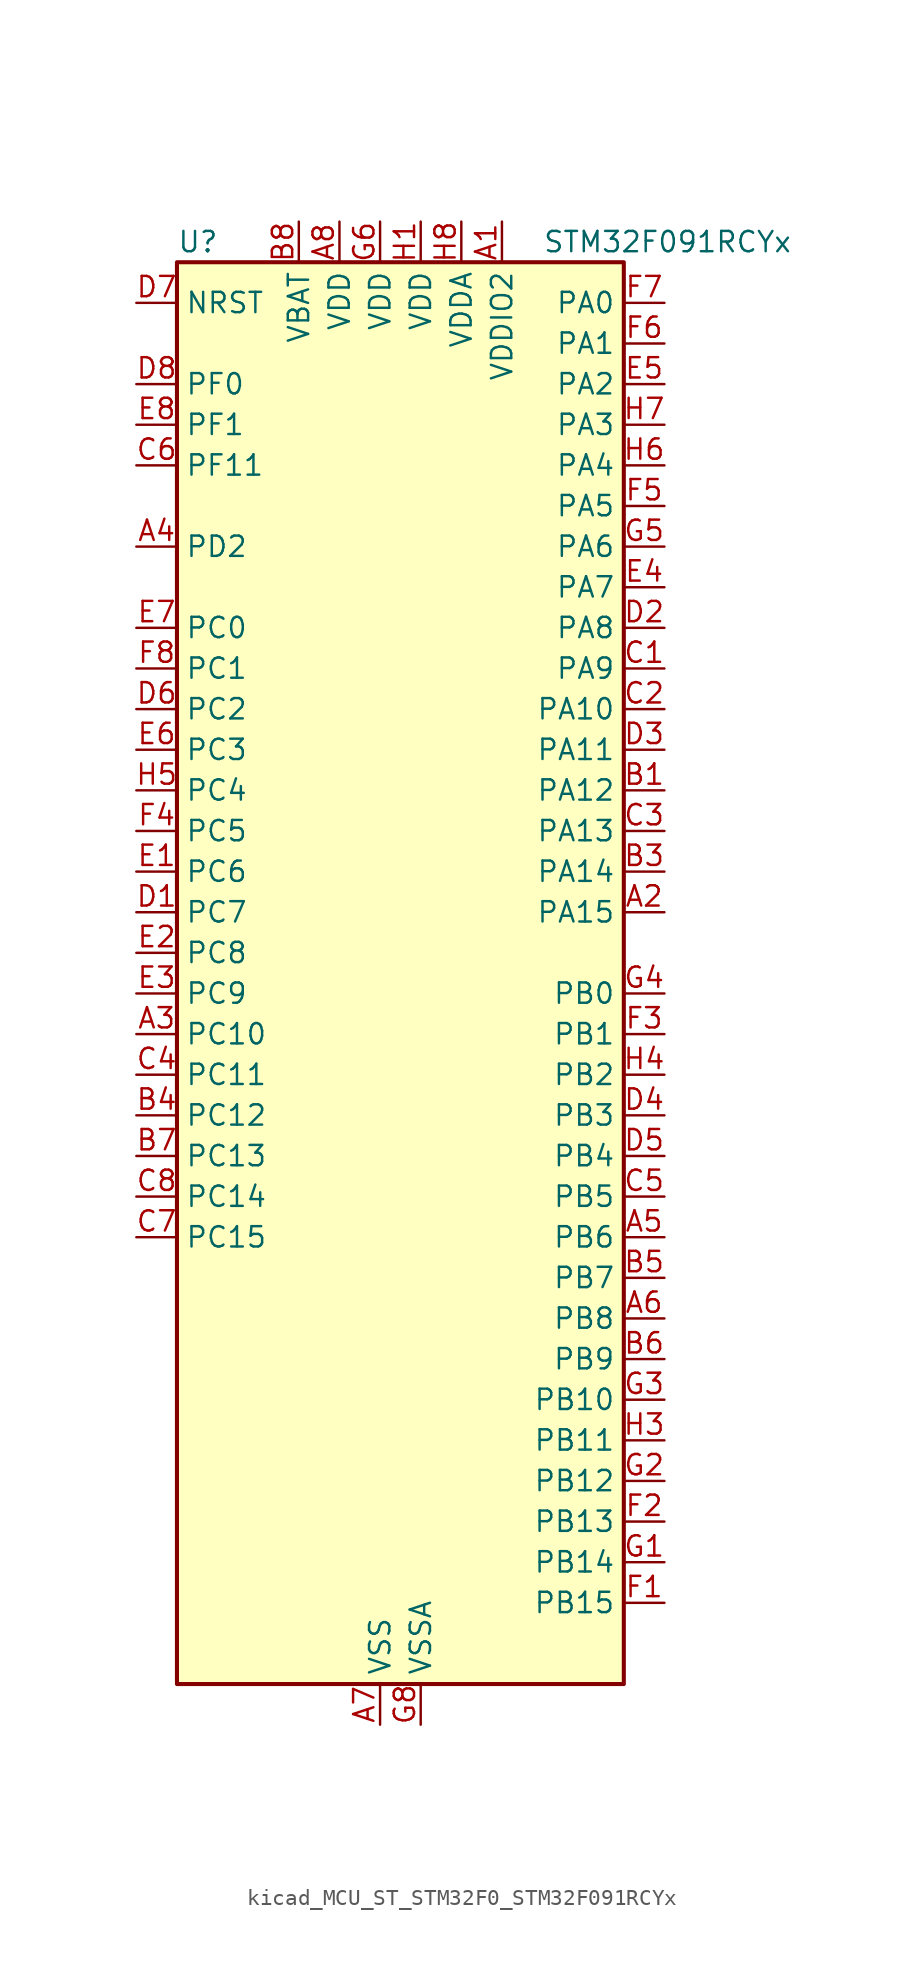
<source format=kicad_sym>
(kicad_symbol_lib
  (version 20220914)
  (generator kicad_symbol_editor)
  (symbol "kicad_MCU_ST_STM32F0_STM32F091RCYx"
    (property "Reference" "U"
      (at -12.7 46.99 0)
      (effects (font (size 1.27 1.27)) (justify left)))
    (property "Value" "STM32F091RCYx"
      (at 10.16 46.99 0)
      (effects (font (size 1.27 1.27)) (justify left)))
    (property "ki_locked" ""
      (at 0 0 0)
      (effects (font (size 1.27 1.27))))
    (symbol "kicad_MCU_ST_STM32F0_STM32F091RCYx_0_1"
      (rectangle (start -12.7 -43.18) (end 15.24 45.72) (stroke (width 0.254) (type default)) (fill (type background))))
    (symbol "kicad_MCU_ST_STM32F0_STM32F091RCYx_1_1"
      (pin power_in line (at 7.62 48.26 270) (length 2.54) (name "VDDIO2" (effects (font (size 1.27 1.27)))) (number "A1" (effects (font (size 1.27 1.27)))))
      (pin bidirectional line (at 17.78 5.08 180) (length 2.54) (name "PA15" (effects (font (size 1.27 1.27)))) (number "A2" (effects (font (size 1.27 1.27)))) (alternate "I2S1_WS" bidirectional line) (alternate "SPI1_NSS" bidirectional line) (alternate "TIM2_CH1" bidirectional line) (alternate "TIM2_ETR" bidirectional line) (alternate "USART2_RX" bidirectional line) (alternate "USART4_DE" bidirectional line) (alternate "USART4_RTS" bidirectional line))
      (pin bidirectional line (at -15.24 -2.54 0) (length 2.54) (name "PC10" (effects (font (size 1.27 1.27)))) (number "A3" (effects (font (size 1.27 1.27)))) (alternate "USART3_TX" bidirectional line) (alternate "USART4_TX" bidirectional line))
      (pin bidirectional line (at -15.24 27.94 0) (length 2.54) (name "PD2" (effects (font (size 1.27 1.27)))) (number "A4" (effects (font (size 1.27 1.27)))) (alternate "TIM3_ETR" bidirectional line) (alternate "USART3_DE" bidirectional line) (alternate "USART3_RTS" bidirectional line) (alternate "USART5_RX" bidirectional line))
      (pin bidirectional line (at 17.78 -15.24 180) (length 2.54) (name "PB6" (effects (font (size 1.27 1.27)))) (number "A5" (effects (font (size 1.27 1.27)))) (alternate "I2C1_SCL" bidirectional line) (alternate "TIM16_CH1N" bidirectional line) (alternate "TSC_G5_IO3" bidirectional line) (alternate "USART1_TX" bidirectional line))
      (pin bidirectional line (at 17.78 -20.32 180) (length 2.54) (name "PB8" (effects (font (size 1.27 1.27)))) (number "A6" (effects (font (size 1.27 1.27)))) (alternate "CAN_RX" bidirectional line) (alternate "CEC" bidirectional line) (alternate "I2C1_SCL" bidirectional line) (alternate "TIM16_CH1" bidirectional line) (alternate "TSC_SYNC" bidirectional line))
      (pin power_in line (at 0 -45.72 90) (length 2.54) (name "VSS" (effects (font (size 1.27 1.27)))) (number "A7" (effects (font (size 1.27 1.27)))))
      (pin power_in line (at -2.54 48.26 270) (length 2.54) (name "VDD" (effects (font (size 1.27 1.27)))) (number "A8" (effects (font (size 1.27 1.27)))))
      (pin bidirectional line (at 17.78 12.7 180) (length 2.54) (name "PA12" (effects (font (size 1.27 1.27)))) (number "B1" (effects (font (size 1.27 1.27)))) (alternate "CAN_TX" bidirectional line) (alternate "COMP2_OUT" bidirectional line) (alternate "I2C2_SDA" bidirectional line) (alternate "TIM1_ETR" bidirectional line) (alternate "TSC_G4_IO4" bidirectional line) (alternate "USART1_DE" bidirectional line) (alternate "USART1_RTS" bidirectional line))
      (pin passive line (at 0 -45.72 90) (length 2.54) hide (name "VSS" (effects (font (size 1.27 1.27)))) (number "B2" (effects (font (size 1.27 1.27)))))
      (pin bidirectional line (at 17.78 7.62 180) (length 2.54) (name "PA14" (effects (font (size 1.27 1.27)))) (number "B3" (effects (font (size 1.27 1.27)))) (alternate "SYS_SWCLK" bidirectional line) (alternate "USART2_TX" bidirectional line))
      (pin bidirectional line (at -15.24 -7.62 0) (length 2.54) (name "PC12" (effects (font (size 1.27 1.27)))) (number "B4" (effects (font (size 1.27 1.27)))) (alternate "USART3_CK" bidirectional line) (alternate "USART4_CK" bidirectional line) (alternate "USART5_TX" bidirectional line))
      (pin bidirectional line (at 17.78 -17.78 180) (length 2.54) (name "PB7" (effects (font (size 1.27 1.27)))) (number "B5" (effects (font (size 1.27 1.27)))) (alternate "I2C1_SDA" bidirectional line) (alternate "TIM17_CH1N" bidirectional line) (alternate "TSC_G5_IO4" bidirectional line) (alternate "USART1_RX" bidirectional line) (alternate "USART4_CTS" bidirectional line))
      (pin bidirectional line (at 17.78 -22.86 180) (length 2.54) (name "PB9" (effects (font (size 1.27 1.27)))) (number "B6" (effects (font (size 1.27 1.27)))) (alternate "CAN_TX" bidirectional line) (alternate "DAC_EXTI9" bidirectional line) (alternate "I2C1_SDA" bidirectional line) (alternate "I2S2_WS" bidirectional line) (alternate "IR_OUT" bidirectional line) (alternate "SPI2_NSS" bidirectional line) (alternate "TIM17_CH1" bidirectional line))
      (pin bidirectional line (at -15.24 -10.16 0) (length 2.54) (name "PC13" (effects (font (size 1.27 1.27)))) (number "B7" (effects (font (size 1.27 1.27)))) (alternate "RTC_OUT_ALARM" bidirectional line) (alternate "RTC_OUT_CALIB" bidirectional line) (alternate "RTC_TAMP1" bidirectional line) (alternate "RTC_TS" bidirectional line) (alternate "SYS_WKUP2" bidirectional line))
      (pin power_in line (at -5.08 48.26 270) (length 2.54) (name "VBAT" (effects (font (size 1.27 1.27)))) (number "B8" (effects (font (size 1.27 1.27)))))
      (pin bidirectional line (at 17.78 20.32 180) (length 2.54) (name "PA9" (effects (font (size 1.27 1.27)))) (number "C1" (effects (font (size 1.27 1.27)))) (alternate "DAC_EXTI9" bidirectional line) (alternate "I2C1_SCL" bidirectional line) (alternate "RCC_MCO" bidirectional line) (alternate "TIM15_BKIN" bidirectional line) (alternate "TIM1_CH2" bidirectional line) (alternate "TSC_G4_IO1" bidirectional line) (alternate "USART1_TX" bidirectional line))
      (pin bidirectional line (at 17.78 17.78 180) (length 2.54) (name "PA10" (effects (font (size 1.27 1.27)))) (number "C2" (effects (font (size 1.27 1.27)))) (alternate "I2C1_SDA" bidirectional line) (alternate "TIM17_BKIN" bidirectional line) (alternate "TIM1_CH3" bidirectional line) (alternate "TSC_G4_IO2" bidirectional line) (alternate "USART1_RX" bidirectional line))
      (pin bidirectional line (at 17.78 10.16 180) (length 2.54) (name "PA13" (effects (font (size 1.27 1.27)))) (number "C3" (effects (font (size 1.27 1.27)))) (alternate "IR_OUT" bidirectional line) (alternate "SYS_SWDIO" bidirectional line))
      (pin bidirectional line (at -15.24 -5.08 0) (length 2.54) (name "PC11" (effects (font (size 1.27 1.27)))) (number "C4" (effects (font (size 1.27 1.27)))) (alternate "USART3_RX" bidirectional line) (alternate "USART4_RX" bidirectional line))
      (pin bidirectional line (at 17.78 -12.7 180) (length 2.54) (name "PB5" (effects (font (size 1.27 1.27)))) (number "C5" (effects (font (size 1.27 1.27)))) (alternate "I2C1_SMBA" bidirectional line) (alternate "I2S1_SD" bidirectional line) (alternate "SPI1_MOSI" bidirectional line) (alternate "SYS_WKUP6" bidirectional line) (alternate "TIM16_BKIN" bidirectional line) (alternate "TIM3_CH2" bidirectional line) (alternate "USART5_CK" bidirectional line) (alternate "USART5_DE" bidirectional line) (alternate "USART5_RTS" bidirectional line))
      (pin bidirectional line (at -15.24 33.02 0) (length 2.54) (name "PF11" (effects (font (size 1.27 1.27)))) (number "C6" (effects (font (size 1.27 1.27)))))
      (pin bidirectional line (at -15.24 -15.24 0) (length 2.54) (name "PC15" (effects (font (size 1.27 1.27)))) (number "C7" (effects (font (size 1.27 1.27)))) (alternate "RCC_OSC32_OUT" bidirectional line))
      (pin bidirectional line (at -15.24 -12.7 0) (length 2.54) (name "PC14" (effects (font (size 1.27 1.27)))) (number "C8" (effects (font (size 1.27 1.27)))) (alternate "RCC_OSC32_IN" bidirectional line))
      (pin bidirectional line (at -15.24 5.08 0) (length 2.54) (name "PC7" (effects (font (size 1.27 1.27)))) (number "D1" (effects (font (size 1.27 1.27)))) (alternate "TIM3_CH2" bidirectional line) (alternate "USART7_RX" bidirectional line))
      (pin bidirectional line (at 17.78 22.86 180) (length 2.54) (name "PA8" (effects (font (size 1.27 1.27)))) (number "D2" (effects (font (size 1.27 1.27)))) (alternate "CRS_SYNC" bidirectional line) (alternate "RCC_MCO" bidirectional line) (alternate "TIM1_CH1" bidirectional line) (alternate "USART1_CK" bidirectional line))
      (pin bidirectional line (at 17.78 15.24 180) (length 2.54) (name "PA11" (effects (font (size 1.27 1.27)))) (number "D3" (effects (font (size 1.27 1.27)))) (alternate "CAN_RX" bidirectional line) (alternate "COMP1_OUT" bidirectional line) (alternate "I2C2_SCL" bidirectional line) (alternate "TIM1_CH4" bidirectional line) (alternate "TSC_G4_IO3" bidirectional line) (alternate "USART1_CTS" bidirectional line))
      (pin bidirectional line (at 17.78 -7.62 180) (length 2.54) (name "PB3" (effects (font (size 1.27 1.27)))) (number "D4" (effects (font (size 1.27 1.27)))) (alternate "I2S1_CK" bidirectional line) (alternate "SPI1_SCK" bidirectional line) (alternate "TIM2_CH2" bidirectional line) (alternate "TSC_G5_IO1" bidirectional line) (alternate "USART5_TX" bidirectional line))
      (pin bidirectional line (at 17.78 -10.16 180) (length 2.54) (name "PB4" (effects (font (size 1.27 1.27)))) (number "D5" (effects (font (size 1.27 1.27)))) (alternate "I2S1_MCK" bidirectional line) (alternate "SPI1_MISO" bidirectional line) (alternate "TIM17_BKIN" bidirectional line) (alternate "TIM3_CH1" bidirectional line) (alternate "TSC_G5_IO2" bidirectional line) (alternate "USART5_RX" bidirectional line))
      (pin bidirectional line (at -15.24 17.78 0) (length 2.54) (name "PC2" (effects (font (size 1.27 1.27)))) (number "D6" (effects (font (size 1.27 1.27)))) (alternate "ADC_IN12" bidirectional line) (alternate "I2S2_MCK" bidirectional line) (alternate "SPI2_MISO" bidirectional line) (alternate "USART8_TX" bidirectional line))
      (pin input line (at -15.24 43.18 0) (length 2.54) (name "NRST" (effects (font (size 1.27 1.27)))) (number "D7" (effects (font (size 1.27 1.27)))))
      (pin bidirectional line (at -15.24 38.1 0) (length 2.54) (name "PF0" (effects (font (size 1.27 1.27)))) (number "D8" (effects (font (size 1.27 1.27)))) (alternate "CRS_SYNC" bidirectional line) (alternate "I2C1_SDA" bidirectional line) (alternate "RCC_OSC_IN" bidirectional line))
      (pin bidirectional line (at -15.24 7.62 0) (length 2.54) (name "PC6" (effects (font (size 1.27 1.27)))) (number "E1" (effects (font (size 1.27 1.27)))) (alternate "TIM3_CH1" bidirectional line) (alternate "USART7_TX" bidirectional line))
      (pin bidirectional line (at -15.24 2.54 0) (length 2.54) (name "PC8" (effects (font (size 1.27 1.27)))) (number "E2" (effects (font (size 1.27 1.27)))) (alternate "TIM3_CH3" bidirectional line) (alternate "USART8_TX" bidirectional line))
      (pin bidirectional line (at -15.24 0 0) (length 2.54) (name "PC9" (effects (font (size 1.27 1.27)))) (number "E3" (effects (font (size 1.27 1.27)))) (alternate "DAC_EXTI9" bidirectional line) (alternate "TIM3_CH4" bidirectional line) (alternate "USART8_RX" bidirectional line))
      (pin bidirectional line (at 17.78 25.4 180) (length 2.54) (name "PA7" (effects (font (size 1.27 1.27)))) (number "E4" (effects (font (size 1.27 1.27)))) (alternate "ADC_IN7" bidirectional line) (alternate "COMP2_OUT" bidirectional line) (alternate "I2S1_SD" bidirectional line) (alternate "SPI1_MOSI" bidirectional line) (alternate "TIM14_CH1" bidirectional line) (alternate "TIM17_CH1" bidirectional line) (alternate "TIM1_CH1N" bidirectional line) (alternate "TIM3_CH2" bidirectional line) (alternate "TSC_G2_IO4" bidirectional line))
      (pin bidirectional line (at 17.78 38.1 180) (length 2.54) (name "PA2" (effects (font (size 1.27 1.27)))) (number "E5" (effects (font (size 1.27 1.27)))) (alternate "ADC_IN2" bidirectional line) (alternate "COMP2_INM" bidirectional line) (alternate "COMP2_OUT" bidirectional line) (alternate "SYS_WKUP4" bidirectional line) (alternate "TIM15_CH1" bidirectional line) (alternate "TIM2_CH3" bidirectional line) (alternate "TSC_G1_IO3" bidirectional line) (alternate "USART2_TX" bidirectional line))
      (pin bidirectional line (at -15.24 15.24 0) (length 2.54) (name "PC3" (effects (font (size 1.27 1.27)))) (number "E6" (effects (font (size 1.27 1.27)))) (alternate "ADC_IN13" bidirectional line) (alternate "I2S2_SD" bidirectional line) (alternate "SPI2_MOSI" bidirectional line) (alternate "USART8_RX" bidirectional line))
      (pin bidirectional line (at -15.24 22.86 0) (length 2.54) (name "PC0" (effects (font (size 1.27 1.27)))) (number "E7" (effects (font (size 1.27 1.27)))) (alternate "ADC_IN10" bidirectional line) (alternate "USART6_TX" bidirectional line) (alternate "USART7_TX" bidirectional line))
      (pin bidirectional line (at -15.24 35.56 0) (length 2.54) (name "PF1" (effects (font (size 1.27 1.27)))) (number "E8" (effects (font (size 1.27 1.27)))) (alternate "I2C1_SCL" bidirectional line) (alternate "RCC_OSC_OUT" bidirectional line))
      (pin bidirectional line (at 17.78 -38.1 180) (length 2.54) (name "PB15" (effects (font (size 1.27 1.27)))) (number "F1" (effects (font (size 1.27 1.27)))) (alternate "I2S2_SD" bidirectional line) (alternate "RTC_REFIN" bidirectional line) (alternate "SPI2_MOSI" bidirectional line) (alternate "SYS_WKUP7" bidirectional line) (alternate "TIM15_CH1N" bidirectional line) (alternate "TIM15_CH2" bidirectional line) (alternate "TIM1_CH3N" bidirectional line))
      (pin bidirectional line (at 17.78 -33.02 180) (length 2.54) (name "PB13" (effects (font (size 1.27 1.27)))) (number "F2" (effects (font (size 1.27 1.27)))) (alternate "I2C2_SCL" bidirectional line) (alternate "I2S2_CK" bidirectional line) (alternate "SPI2_SCK" bidirectional line) (alternate "TIM1_CH1N" bidirectional line) (alternate "TSC_G6_IO3" bidirectional line) (alternate "USART3_CTS" bidirectional line))
      (pin bidirectional line (at 17.78 -2.54 180) (length 2.54) (name "PB1" (effects (font (size 1.27 1.27)))) (number "F3" (effects (font (size 1.27 1.27)))) (alternate "ADC_IN9" bidirectional line) (alternate "TIM14_CH1" bidirectional line) (alternate "TIM1_CH3N" bidirectional line) (alternate "TIM3_CH4" bidirectional line) (alternate "TSC_G3_IO3" bidirectional line) (alternate "USART3_DE" bidirectional line) (alternate "USART3_RTS" bidirectional line))
      (pin bidirectional line (at -15.24 10.16 0) (length 2.54) (name "PC5" (effects (font (size 1.27 1.27)))) (number "F4" (effects (font (size 1.27 1.27)))) (alternate "ADC_IN15" bidirectional line) (alternate "SYS_WKUP5" bidirectional line) (alternate "TSC_G3_IO1" bidirectional line) (alternate "USART3_RX" bidirectional line))
      (pin bidirectional line (at 17.78 30.48 180) (length 2.54) (name "PA5" (effects (font (size 1.27 1.27)))) (number "F5" (effects (font (size 1.27 1.27)))) (alternate "ADC_IN5" bidirectional line) (alternate "CEC" bidirectional line) (alternate "COMP1_INM" bidirectional line) (alternate "COMP2_INM" bidirectional line) (alternate "DAC_OUT2" bidirectional line) (alternate "I2S1_CK" bidirectional line) (alternate "SPI1_SCK" bidirectional line) (alternate "TIM2_CH1" bidirectional line) (alternate "TIM2_ETR" bidirectional line) (alternate "TSC_G2_IO2" bidirectional line) (alternate "USART6_RX" bidirectional line))
      (pin bidirectional line (at 17.78 40.64 180) (length 2.54) (name "PA1" (effects (font (size 1.27 1.27)))) (number "F6" (effects (font (size 1.27 1.27)))) (alternate "ADC_IN1" bidirectional line) (alternate "COMP1_INP" bidirectional line) (alternate "TIM15_CH1N" bidirectional line) (alternate "TIM2_CH2" bidirectional line) (alternate "TSC_G1_IO2" bidirectional line) (alternate "USART2_DE" bidirectional line) (alternate "USART2_RTS" bidirectional line) (alternate "USART4_RX" bidirectional line))
      (pin bidirectional line (at 17.78 43.18 180) (length 2.54) (name "PA0" (effects (font (size 1.27 1.27)))) (number "F7" (effects (font (size 1.27 1.27)))) (alternate "ADC_IN0" bidirectional line) (alternate "COMP1_INM" bidirectional line) (alternate "COMP1_OUT" bidirectional line) (alternate "RTC_TAMP2" bidirectional line) (alternate "SYS_WKUP1" bidirectional line) (alternate "TIM2_CH1" bidirectional line) (alternate "TIM2_ETR" bidirectional line) (alternate "TSC_G1_IO1" bidirectional line) (alternate "USART2_CTS" bidirectional line) (alternate "USART4_TX" bidirectional line))
      (pin bidirectional line (at -15.24 20.32 0) (length 2.54) (name "PC1" (effects (font (size 1.27 1.27)))) (number "F8" (effects (font (size 1.27 1.27)))) (alternate "ADC_IN11" bidirectional line) (alternate "USART6_RX" bidirectional line) (alternate "USART7_RX" bidirectional line))
      (pin bidirectional line (at 17.78 -35.56 180) (length 2.54) (name "PB14" (effects (font (size 1.27 1.27)))) (number "G1" (effects (font (size 1.27 1.27)))) (alternate "I2C2_SDA" bidirectional line) (alternate "I2S2_MCK" bidirectional line) (alternate "SPI2_MISO" bidirectional line) (alternate "TIM15_CH1" bidirectional line) (alternate "TIM1_CH2N" bidirectional line) (alternate "TSC_G6_IO4" bidirectional line) (alternate "USART3_DE" bidirectional line) (alternate "USART3_RTS" bidirectional line))
      (pin bidirectional line (at 17.78 -30.48 180) (length 2.54) (name "PB12" (effects (font (size 1.27 1.27)))) (number "G2" (effects (font (size 1.27 1.27)))) (alternate "I2S2_WS" bidirectional line) (alternate "SPI2_NSS" bidirectional line) (alternate "TIM15_BKIN" bidirectional line) (alternate "TIM1_BKIN" bidirectional line) (alternate "TSC_G6_IO2" bidirectional line) (alternate "USART3_CK" bidirectional line))
      (pin bidirectional line (at 17.78 -25.4 180) (length 2.54) (name "PB10" (effects (font (size 1.27 1.27)))) (number "G3" (effects (font (size 1.27 1.27)))) (alternate "CEC" bidirectional line) (alternate "I2C2_SCL" bidirectional line) (alternate "I2S2_CK" bidirectional line) (alternate "SPI2_SCK" bidirectional line) (alternate "TIM2_CH3" bidirectional line) (alternate "TSC_SYNC" bidirectional line) (alternate "USART3_TX" bidirectional line))
      (pin bidirectional line (at 17.78 0 180) (length 2.54) (name "PB0" (effects (font (size 1.27 1.27)))) (number "G4" (effects (font (size 1.27 1.27)))) (alternate "ADC_IN8" bidirectional line) (alternate "TIM1_CH2N" bidirectional line) (alternate "TIM3_CH3" bidirectional line) (alternate "TSC_G3_IO2" bidirectional line) (alternate "USART3_CK" bidirectional line))
      (pin bidirectional line (at 17.78 27.94 180) (length 2.54) (name "PA6" (effects (font (size 1.27 1.27)))) (number "G5" (effects (font (size 1.27 1.27)))) (alternate "ADC_IN6" bidirectional line) (alternate "COMP1_OUT" bidirectional line) (alternate "I2S1_MCK" bidirectional line) (alternate "SPI1_MISO" bidirectional line) (alternate "TIM16_CH1" bidirectional line) (alternate "TIM1_BKIN" bidirectional line) (alternate "TIM3_CH1" bidirectional line) (alternate "TSC_G2_IO3" bidirectional line) (alternate "USART3_CTS" bidirectional line))
      (pin power_in line (at 0 48.26 270) (length 2.54) (name "VDD" (effects (font (size 1.27 1.27)))) (number "G6" (effects (font (size 1.27 1.27)))))
      (pin passive line (at 0 -45.72 90) (length 2.54) hide (name "VSS" (effects (font (size 1.27 1.27)))) (number "G7" (effects (font (size 1.27 1.27)))))
      (pin power_in line (at 2.54 -45.72 90) (length 2.54) (name "VSSA" (effects (font (size 1.27 1.27)))) (number "G8" (effects (font (size 1.27 1.27)))))
      (pin power_in line (at 2.54 48.26 270) (length 2.54) (name "VDD" (effects (font (size 1.27 1.27)))) (number "H1" (effects (font (size 1.27 1.27)))))
      (pin passive line (at 0 -45.72 90) (length 2.54) hide (name "VSS" (effects (font (size 1.27 1.27)))) (number "H2" (effects (font (size 1.27 1.27)))))
      (pin bidirectional line (at 17.78 -27.94 180) (length 2.54) (name "PB11" (effects (font (size 1.27 1.27)))) (number "H3" (effects (font (size 1.27 1.27)))) (alternate "I2C2_SDA" bidirectional line) (alternate "TIM2_CH4" bidirectional line) (alternate "TSC_G6_IO1" bidirectional line) (alternate "USART3_RX" bidirectional line))
      (pin bidirectional line (at 17.78 -5.08 180) (length 2.54) (name "PB2" (effects (font (size 1.27 1.27)))) (number "H4" (effects (font (size 1.27 1.27)))) (alternate "TSC_G3_IO4" bidirectional line))
      (pin bidirectional line (at -15.24 12.7 0) (length 2.54) (name "PC4" (effects (font (size 1.27 1.27)))) (number "H5" (effects (font (size 1.27 1.27)))) (alternate "ADC_IN14" bidirectional line) (alternate "USART3_TX" bidirectional line))
      (pin bidirectional line (at 17.78 33.02 180) (length 2.54) (name "PA4" (effects (font (size 1.27 1.27)))) (number "H6" (effects (font (size 1.27 1.27)))) (alternate "ADC_IN4" bidirectional line) (alternate "COMP1_INM" bidirectional line) (alternate "COMP2_INM" bidirectional line) (alternate "DAC_OUT1" bidirectional line) (alternate "I2S1_WS" bidirectional line) (alternate "SPI1_NSS" bidirectional line) (alternate "TIM14_CH1" bidirectional line) (alternate "TSC_G2_IO1" bidirectional line) (alternate "USART2_CK" bidirectional line) (alternate "USART6_TX" bidirectional line))
      (pin bidirectional line (at 17.78 35.56 180) (length 2.54) (name "PA3" (effects (font (size 1.27 1.27)))) (number "H7" (effects (font (size 1.27 1.27)))) (alternate "ADC_IN3" bidirectional line) (alternate "COMP2_INP" bidirectional line) (alternate "TIM15_CH2" bidirectional line) (alternate "TIM2_CH4" bidirectional line) (alternate "TSC_G1_IO4" bidirectional line) (alternate "USART2_RX" bidirectional line))
      (pin power_in line (at 5.08 48.26 270) (length 2.54) (name "VDDA" (effects (font (size 1.27 1.27)))) (number "H8" (effects (font (size 1.27 1.27))))))))
</source>
